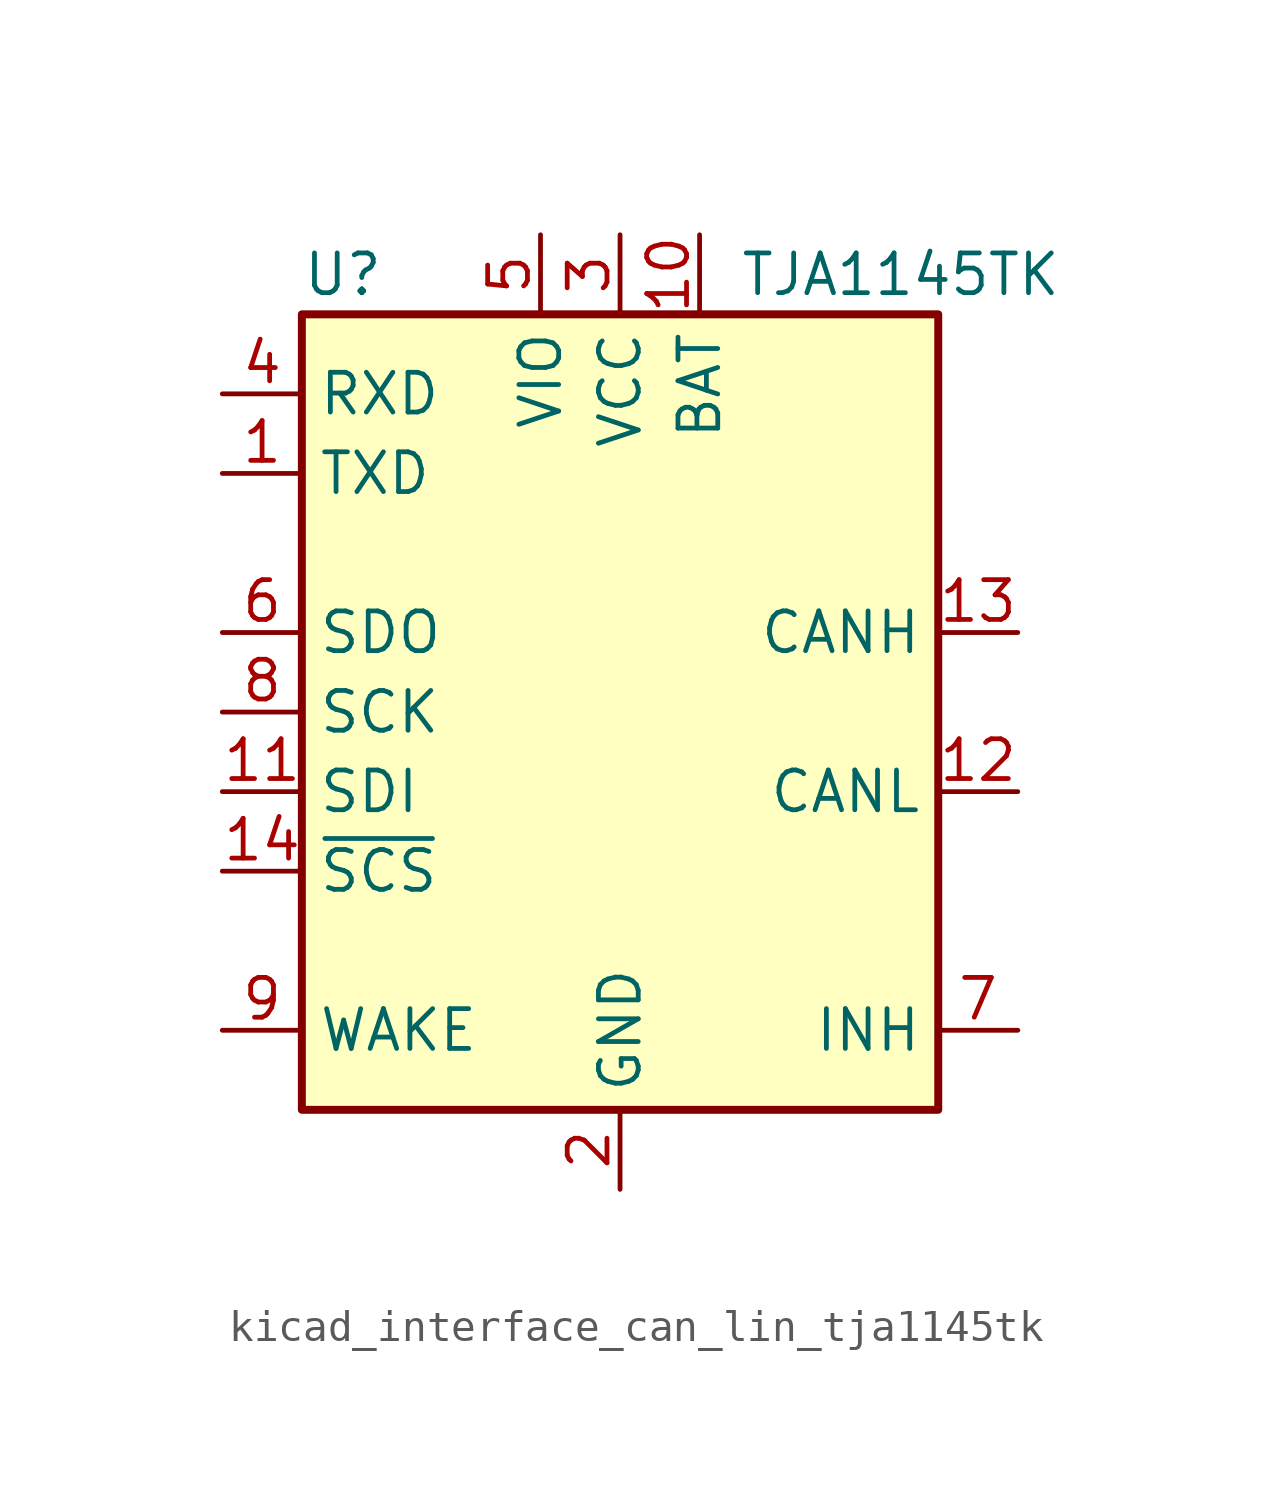
<source format=kicad_sym>
(kicad_symbol_lib
  (version 20220914)
  (generator kicad_symbol_editor)
  (symbol "kicad_interface_can_lin_tja1145tk"
    (property "Reference" "U"
      (at -10.16 13.97 0)
      (effects (font (size 1.27 1.27)) (justify left)))
    (property "Value" "TJA1145TK"
      (at 3.81 13.97 0)
      (effects (font (size 1.27 1.27)) (justify left)))
    (symbol "kicad_interface_can_lin_tja1145tk_0_1"
      (rectangle (start -10.16 12.7) (end 10.16 -12.7) (stroke (width 0.254) (type default)) (fill (type background))))
    (symbol "kicad_interface_can_lin_tja1145tk_1_1"
      (pin input line (at -12.7 7.62 0) (length 2.54) (name "TXD" (effects (font (size 1.27 1.27)))) (number "1" (effects (font (size 1.27 1.27)))))
      (pin power_in line (at 2.54 15.24 270) (length 2.54) (name "BAT" (effects (font (size 1.27 1.27)))) (number "10" (effects (font (size 1.27 1.27)))))
      (pin input line (at -12.7 -2.54 0) (length 2.54) (name "SDI" (effects (font (size 1.27 1.27)))) (number "11" (effects (font (size 1.27 1.27)))))
      (pin bidirectional line (at 12.7 -2.54 180) (length 2.54) (name "CANL" (effects (font (size 1.27 1.27)))) (number "12" (effects (font (size 1.27 1.27)))))
      (pin bidirectional line (at 12.7 2.54 180) (length 2.54) (name "CANH" (effects (font (size 1.27 1.27)))) (number "13" (effects (font (size 1.27 1.27)))))
      (pin input line (at -12.7 -5.08 0) (length 2.54) (name "~{SCS}" (effects (font (size 1.27 1.27)))) (number "14" (effects (font (size 1.27 1.27)))))
      (pin passive line (at 0 -15.24 90) (length 2.54) hide (name "GND" (effects (font (size 1.27 1.27)))) (number "15" (effects (font (size 1.27 1.27)))))
      (pin power_in line (at 0 -15.24 90) (length 2.54) (name "GND" (effects (font (size 1.27 1.27)))) (number "2" (effects (font (size 1.27 1.27)))))
      (pin power_in line (at 0 15.24 270) (length 2.54) (name "VCC" (effects (font (size 1.27 1.27)))) (number "3" (effects (font (size 1.27 1.27)))))
      (pin output line (at -12.7 10.16 0) (length 2.54) (name "RXD" (effects (font (size 1.27 1.27)))) (number "4" (effects (font (size 1.27 1.27)))))
      (pin power_in line (at -2.54 15.24 270) (length 2.54) (name "VIO" (effects (font (size 1.27 1.27)))) (number "5" (effects (font (size 1.27 1.27)))))
      (pin output line (at -12.7 2.54 0) (length 2.54) (name "SDO" (effects (font (size 1.27 1.27)))) (number "6" (effects (font (size 1.27 1.27)))))
      (pin open_emitter line (at 12.7 -10.16 180) (length 2.54) (name "INH" (effects (font (size 1.27 1.27)))) (number "7" (effects (font (size 1.27 1.27)))))
      (pin input line (at -12.7 0 0) (length 2.54) (name "SCK" (effects (font (size 1.27 1.27)))) (number "8" (effects (font (size 1.27 1.27)))))
      (pin input line (at -12.7 -10.16 0) (length 2.54) (name "WAKE" (effects (font (size 1.27 1.27)))) (number "9" (effects (font (size 1.27 1.27))))))))
</source>
